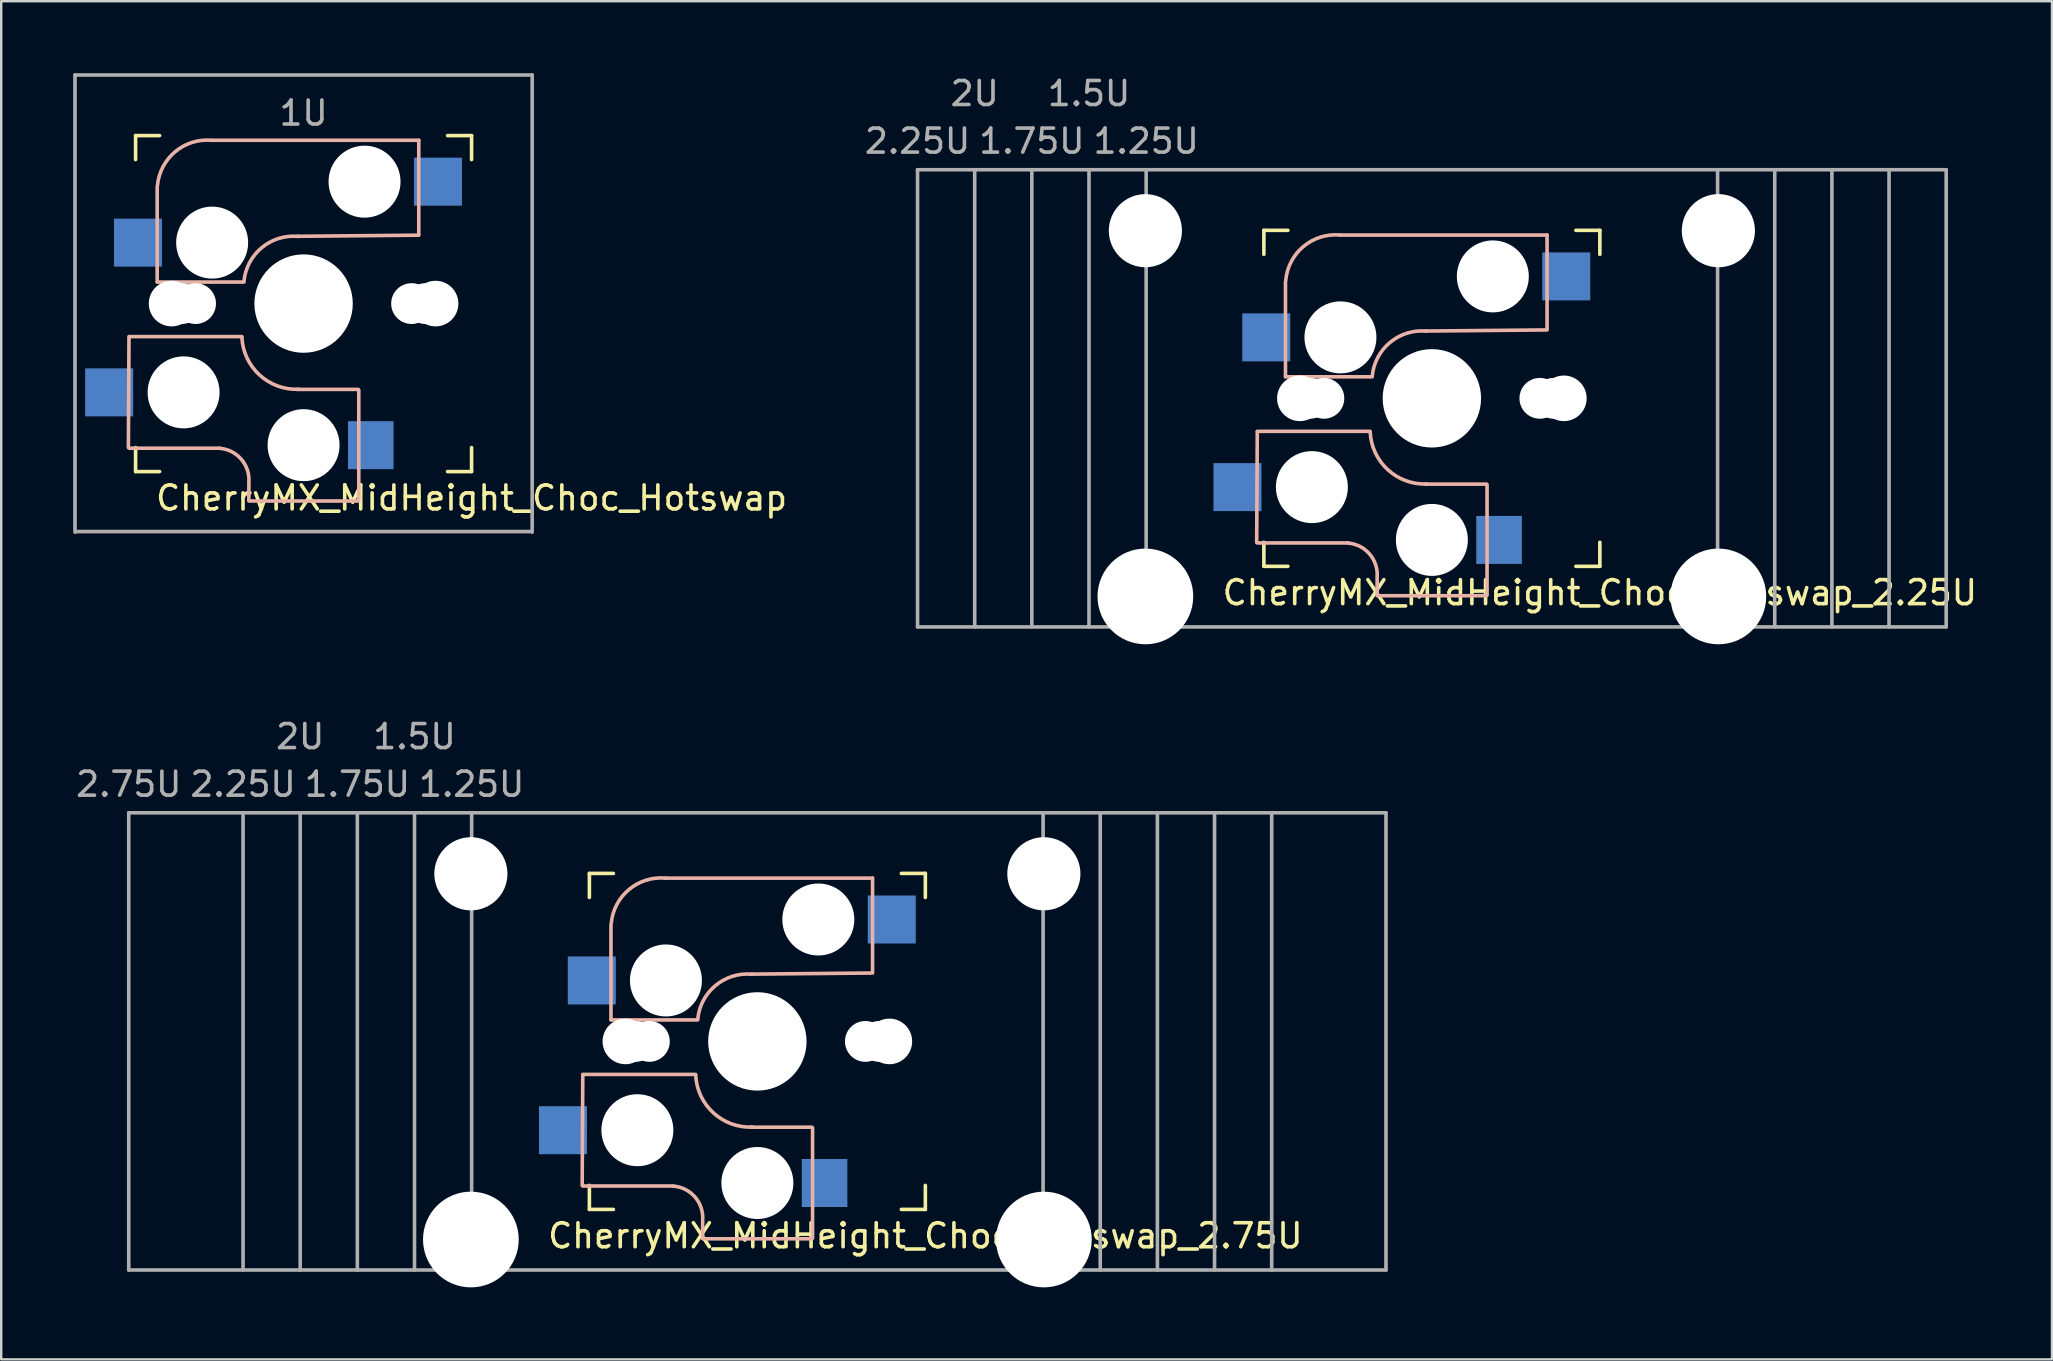
<source format=kicad_pcb>
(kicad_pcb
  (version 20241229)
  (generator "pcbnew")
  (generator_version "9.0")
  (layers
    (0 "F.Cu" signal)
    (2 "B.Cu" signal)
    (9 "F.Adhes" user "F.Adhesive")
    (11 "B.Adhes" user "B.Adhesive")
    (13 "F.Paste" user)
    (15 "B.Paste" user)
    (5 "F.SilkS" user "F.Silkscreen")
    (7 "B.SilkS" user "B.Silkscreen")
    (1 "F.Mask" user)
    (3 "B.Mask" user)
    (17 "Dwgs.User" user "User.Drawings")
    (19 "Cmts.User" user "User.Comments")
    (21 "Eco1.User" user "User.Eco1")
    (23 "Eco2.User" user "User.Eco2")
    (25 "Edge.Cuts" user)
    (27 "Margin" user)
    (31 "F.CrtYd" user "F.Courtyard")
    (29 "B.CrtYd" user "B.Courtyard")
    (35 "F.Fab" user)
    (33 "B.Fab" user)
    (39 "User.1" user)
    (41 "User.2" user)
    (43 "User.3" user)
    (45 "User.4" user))
  (footprint "CherryMX_MidHeight_Choc_Hotswap_2.25U"
    (layer "F.Cu")
    (at 56.615 13.548)
    (property "Reference" "CherryMX_MidHeight_Choc_Hotswap_2.25U" (at 7 8.1 0) (layer "F.SilkS") (effects (font (size 1 1) (thickness 0.15))))
    (attr through_hole)
    (fp_line (start -7 -7) (end -7 -6) (stroke (width 0.15) (type solid)) (layer "F.SilkS"))
    (fp_line (start -7 6) (end -7 7) (stroke (width 0.15) (type solid)) (layer "F.SilkS"))
    (fp_line (start -7 7) (end -6 7) (stroke (width 0.15) (type solid)) (layer "F.SilkS"))
    (fp_line (start -6 -7) (end -7 -7) (stroke (width 0.15) (type solid)) (layer "F.SilkS"))
    (fp_line (start 6 -7) (end 7 -7) (stroke (width 0.15) (type solid)) (layer "F.SilkS"))
    (fp_line (start 6 7) (end 7 7) (stroke (width 0.15) (type solid)) (layer "F.SilkS"))
    (fp_line (start 7 -7) (end 7 -6) (stroke (width 0.15) (type solid)) (layer "F.SilkS"))
    (fp_line (start 7 7) (end 7 6) (stroke (width 0.15) (type solid)) (layer "F.SilkS"))
    (fp_line (start -7.275 1.4) (end -7.3 6) (stroke (width 0.15) (type solid)) (layer "B.SilkS"))
    (fp_line (start -6.1 -4.85) (end -6.1 -0.905) (stroke (width 0.15) (type solid)) (layer "B.SilkS"))
    (fp_line (start -6.1 -0.896) (end -2.49 -0.896) (stroke (width 0.15) (type solid)) (layer "B.SilkS"))
    (fp_line (start -3.5 6.025) (end -7.275 6.025) (stroke (width 0.15) (type solid)) (layer "B.SilkS"))
    (fp_line (start -2.575 1.375) (end -7.275 1.375) (stroke (width 0.15) (type solid)) (layer "B.SilkS"))
    (fp_line (start -2.28 7.5) (end -2.28 8.2) (stroke (width 0.15) (type solid)) (layer "B.SilkS"))
    (fp_line (start 2.275 3.575) (end -0.275 3.575) (stroke (width 0.15) (type solid)) (layer "B.SilkS"))
    (fp_line (start 2.275 8.225) (end -2.275 8.225) (stroke (width 0.15) (type solid)) (layer "B.SilkS"))
    (fp_line (start 2.3 3.6) (end 2.3 8.2) (stroke (width 0.15) (type solid)) (layer "B.SilkS"))
    (fp_line (start 4.8 -6.804) (end -3.825 -6.804) (stroke (width 0.15) (type solid)) (layer "B.SilkS"))
    (fp_line (start 4.8 -2.896) (end 4.8 -6.804) (stroke (width 0.15) (type solid)) (layer "B.SilkS"))
    (fp_line (start 4.8 -2.85) (end -0.25 -2.804) (stroke (width 0.15) (type solid)) (layer "B.SilkS"))
    (fp_arc (start -6.089 -4.92) (mid -5.347189 -6.33089) (end -3.825 -6.804) (stroke (width 0.15) (type solid)) (layer "B.SilkS"))
    (fp_arc (start -3.5 6.03) (mid -2.595908 6.48733) (end -2.28 7.45) (stroke (width 0.15) (type solid)) (layer "B.SilkS"))
    (fp_arc (start -2.485 -0.92) (mid -1.744361 -2.328061) (end -0.225 -2.8) (stroke (width 0.15) (type solid)) (layer "B.SilkS"))
    (fp_arc (start -0.2 3.57) (mid -1.834422 2.975843) (end -2.57 1.4) (stroke (width 0.15) (type solid)) (layer "B.SilkS"))
    (fp_line (start -21.431 -9.525) (end -21.431 9.525) (stroke (width 0.15) (type solid)) (layer "F.Fab"))
    (fp_line (start -21.431 -9.525) (end 21.431 -9.525) (stroke (width 0.15) (type solid)) (layer "F.Fab"))
    (fp_line (start -21.431 9.525) (end 21.431 9.525) (stroke (width 0.15) (type solid)) (layer "F.Fab"))
    (fp_line (start -19.05 -9.525) (end -19.05 9.525) (stroke (width 0.15) (type solid)) (layer "F.Fab"))
    (fp_line (start -16.669 -9.525) (end -16.669 9.525) (stroke (width 0.15) (type solid)) (layer "F.Fab"))
    (fp_line (start -14.287 -9.525) (end -14.287 9.525) (stroke (width 0.15) (type solid)) (layer "F.Fab"))
    (fp_line (start -11.906 -9.525) (end -11.906 9.525) (stroke (width 0.15) (type solid)) (layer "F.Fab"))
    (fp_line (start 11.906 -9.525) (end 11.906 9.525) (stroke (width 0.15) (type solid)) (layer "F.Fab"))
    (fp_line (start 14.287 -9.525) (end 14.287 9.525) (stroke (width 0.15) (type solid)) (layer "F.Fab"))
    (fp_line (start 16.669 -9.525) (end 16.669 9.525) (stroke (width 0.15) (type solid)) (layer "F.Fab"))
    (fp_line (start 19.05 -9.525) (end 19.05 9.525) (stroke (width 0.15) (type solid)) (layer "F.Fab"))
    (fp_line (start 21.431 -9.525) (end 21.431 9.525) (stroke (width 0.15) (type solid)) (layer "F.Fab"))
    (fp_text user "1.75U" (at -16.669 -10.716 0) (layer "F.Fab") (effects (font (size 1 1) (thickness 0.15))))
    (fp_text user "1.5U" (at -14.287 -12.7 0) (layer "F.Fab") (effects (font (size 1 1) (thickness 0.15))))
    (fp_text user "2.25U" (at -21.431 -10.716 0) (layer "F.Fab") (effects (font (size 1 1) (thickness 0.15))))
    (fp_text user "1.25U" (at -11.906 -10.716 0) (layer "F.Fab") (effects (font (size 1 1) (thickness 0.15))))
    (fp_text user "2U" (at -19.05 -12.7 0) (layer "F.Fab") (effects (font (size 1 1) (thickness 0.15))))
    (pad "" np_thru_hole circle (at -11.938 -6.985) (size 3.048 3.048) (drill 3.048) (layers "*.Cu" "*.Mask"))
    (pad "" np_thru_hole circle (at -11.938 8.255) (size 3.988 3.988) (drill 3.988) (layers "*.Cu" "*.Mask"))
    (pad "" np_thru_hole circle (at -5.5 0 90) (size 1.9 1.9) (drill 1.9) (layers "*.Cu" "*.Mask"))
    (pad "" np_thru_hole circle (at -5.08 0) (size 1.7 1.7) (drill 1.7) (layers "*.Cu" "*.Mask"))
    (pad "" np_thru_hole circle (at -5 3.7 90) (size 3 3) (drill 3) (layers "*.Cu" "*.Mask"))
    (pad "" np_thru_hole circle (at -4.5 0) (size 1.7 1.7) (drill 1.7) (layers "*.Cu" "*.Mask"))
    (pad "" np_thru_hole circle (at -3.81 -2.54 180) (size 3 3) (drill 3) (layers "*.Cu" "*.Mask"))
    (pad "" np_thru_hole circle (at 0 0 90) (size 4.1 4.1) (drill 4.1) (layers "*.Cu" "*.Mask"))
    (pad "" np_thru_hole circle (at 0 5.9 90) (size 3 3) (drill 3) (layers "*.Cu" "*.Mask"))
    (pad "" np_thru_hole circle (at 2.54 -5.08 180) (size 3 3) (drill 3) (layers "*.Cu" "*.Mask"))
    (pad "" np_thru_hole circle (at 4.5 0) (size 1.7 1.7) (drill 1.7) (layers "*.Cu" "*.Mask"))
    (pad "" np_thru_hole circle (at 5.08 0) (size 1.7 1.7) (drill 1.7) (layers "*.Cu" "*.Mask"))
    (pad "" np_thru_hole circle (at 5.5 0 90) (size 1.9 1.9) (drill 1.9) (layers "*.Cu" "*.Mask"))
    (pad "" np_thru_hole circle (at 11.938 -6.985) (size 3.048 3.048) (drill 3.048) (layers "*.Cu" "*.Mask"))
    (pad "" np_thru_hole circle (at 11.938 8.255) (size 3.988 3.988) (drill 3.988) (layers "*.Cu" "*.Mask"))
    (pad "1" smd rect (at -8.1 3.7 180) (size 2 2) (layers "B.Cu" "B.Mask" "B.Paste"))
    (pad "1" smd rect (at -6.9 -2.54 180) (size 2 2) (layers "B.Cu" "B.Mask" "B.Paste"))
    (pad "2" smd rect (at 2.8 5.9 180) (size 1.9 2) (layers "B.Cu" "B.Mask" "B.Paste"))
    (pad "2" smd rect (at 5.6 -5.08 180) (size 2 2) (layers "B.Cu" "B.Mask" "B.Paste")))
  (footprint "CherryMX_MidHeight_Choc_Hotswap_2.75U"
    (layer "F.Cu")
    (at 28.509 40.345)
    (property "Reference" "CherryMX_MidHeight_Choc_Hotswap_2.75U" (at 7 8.1 0) (layer "F.SilkS") (effects (font (size 1 1) (thickness 0.15))))
    (attr through_hole)
    (fp_line (start -7 -7) (end -7 -6) (stroke (width 0.15) (type solid)) (layer "F.SilkS"))
    (fp_line (start -7 6) (end -7 7) (stroke (width 0.15) (type solid)) (layer "F.SilkS"))
    (fp_line (start -7 7) (end -6 7) (stroke (width 0.15) (type solid)) (layer "F.SilkS"))
    (fp_line (start -6 -7) (end -7 -7) (stroke (width 0.15) (type solid)) (layer "F.SilkS"))
    (fp_line (start 6 -7) (end 7 -7) (stroke (width 0.15) (type solid)) (layer "F.SilkS"))
    (fp_line (start 6 7) (end 7 7) (stroke (width 0.15) (type solid)) (layer "F.SilkS"))
    (fp_line (start 7 -7) (end 7 -6) (stroke (width 0.15) (type solid)) (layer "F.SilkS"))
    (fp_line (start 7 7) (end 7 6) (stroke (width 0.15) (type solid)) (layer "F.SilkS"))
    (fp_line (start -7.275 1.4) (end -7.3 6) (stroke (width 0.15) (type solid)) (layer "B.SilkS"))
    (fp_line (start -6.1 -4.85) (end -6.1 -0.905) (stroke (width 0.15) (type solid)) (layer "B.SilkS"))
    (fp_line (start -6.1 -0.896) (end -2.49 -0.896) (stroke (width 0.15) (type solid)) (layer "B.SilkS"))
    (fp_line (start -3.5 6.025) (end -7.275 6.025) (stroke (width 0.15) (type solid)) (layer "B.SilkS"))
    (fp_line (start -2.575 1.375) (end -7.275 1.375) (stroke (width 0.15) (type solid)) (layer "B.SilkS"))
    (fp_line (start -2.28 7.5) (end -2.28 8.2) (stroke (width 0.15) (type solid)) (layer "B.SilkS"))
    (fp_line (start 2.275 3.575) (end -0.275 3.575) (stroke (width 0.15) (type solid)) (layer "B.SilkS"))
    (fp_line (start 2.275 8.225) (end -2.275 8.225) (stroke (width 0.15) (type solid)) (layer "B.SilkS"))
    (fp_line (start 2.3 3.6) (end 2.3 8.2) (stroke (width 0.15) (type solid)) (layer "B.SilkS"))
    (fp_line (start 4.8 -6.804) (end -3.825 -6.804) (stroke (width 0.15) (type solid)) (layer "B.SilkS"))
    (fp_line (start 4.8 -2.896) (end 4.8 -6.804) (stroke (width 0.15) (type solid)) (layer "B.SilkS"))
    (fp_line (start 4.8 -2.85) (end -0.25 -2.804) (stroke (width 0.15) (type solid)) (layer "B.SilkS"))
    (fp_arc (start -6.089 -4.92) (mid -5.347189 -6.33089) (end -3.825 -6.804) (stroke (width 0.15) (type solid)) (layer "B.SilkS"))
    (fp_arc (start -3.5 6.03) (mid -2.595908 6.48733) (end -2.28 7.45) (stroke (width 0.15) (type solid)) (layer "B.SilkS"))
    (fp_arc (start -2.485 -0.92) (mid -1.744361 -2.328061) (end -0.225 -2.8) (stroke (width 0.15) (type solid)) (layer "B.SilkS"))
    (fp_arc (start -0.2 3.57) (mid -1.834422 2.975843) (end -2.57 1.4) (stroke (width 0.15) (type solid)) (layer "B.SilkS"))
    (fp_line (start -26.194 -9.525) (end 26.194 -9.525) (stroke (width 0.15) (type solid)) (layer "F.Fab"))
    (fp_line (start -26.194 9.525) (end -26.194 -9.525) (stroke (width 0.15) (type solid)) (layer "F.Fab"))
    (fp_line (start -26.194 9.525) (end 26.194 9.525) (stroke (width 0.15) (type solid)) (layer "F.Fab"))
    (fp_line (start -21.431 -9.525) (end -21.431 9.525) (stroke (width 0.15) (type solid)) (layer "F.Fab"))
    (fp_line (start -19.05 -9.525) (end -19.05 9.525) (stroke (width 0.15) (type solid)) (layer "F.Fab"))
    (fp_line (start -16.669 -9.525) (end -16.669 9.525) (stroke (width 0.15) (type solid)) (layer "F.Fab"))
    (fp_line (start -14.287 -9.525) (end -14.287 9.525) (stroke (width 0.15) (type solid)) (layer "F.Fab"))
    (fp_line (start -11.906 -9.525) (end -11.906 9.525) (stroke (width 0.15) (type solid)) (layer "F.Fab"))
    (fp_line (start 11.906 -9.525) (end 11.906 9.525) (stroke (width 0.15) (type solid)) (layer "F.Fab"))
    (fp_line (start 14.287 -9.525) (end 14.287 9.525) (stroke (width 0.15) (type solid)) (layer "F.Fab"))
    (fp_line (start 16.669 -9.525) (end 16.669 9.525) (stroke (width 0.15) (type solid)) (layer "F.Fab"))
    (fp_line (start 19.05 -9.525) (end 19.05 9.525) (stroke (width 0.15) (type solid)) (layer "F.Fab"))
    (fp_line (start 21.431 -9.525) (end 21.431 9.525) (stroke (width 0.15) (type solid)) (layer "F.Fab"))
    (fp_line (start 26.194 -9.525) (end 26.194 9.525) (stroke (width 0.15) (type solid)) (layer "F.Fab"))
    (fp_text user "1.5U" (at -14.287 -12.7 0) (layer "F.Fab") (effects (font (size 1 1) (thickness 0.15))))
    (fp_text user "1.25U" (at -11.906 -10.716 0) (layer "F.Fab") (effects (font (size 1 1) (thickness 0.15))))
    (fp_text user "2U" (at -19.05 -12.7 0) (layer "F.Fab") (effects (font (size 1 1) (thickness 0.15))))
    (fp_text user "1.75U" (at -16.669 -10.716 0) (layer "F.Fab") (effects (font (size 1 1) (thickness 0.15))))
    (fp_text user "2.25U" (at -21.431 -10.716 0) (layer "F.Fab") (effects (font (size 1 1) (thickness 0.15))))
    (fp_text user "2.75U" (at -26.194 -10.716 0) (layer "F.Fab") (effects (font (size 1 1) (thickness 0.15))))
    (pad "" np_thru_hole circle (at -11.938 -6.985) (size 3.048 3.048) (drill 3.048) (layers "*.Cu" "*.Mask"))
    (pad "" np_thru_hole circle (at -11.938 8.255) (size 3.988 3.988) (drill 3.988) (layers "*.Cu" "*.Mask"))
    (pad "" np_thru_hole circle (at -5.5 0 90) (size 1.9 1.9) (drill 1.9) (layers "*.Cu" "*.Mask"))
    (pad "" np_thru_hole circle (at -5.08 0) (size 1.7 1.7) (drill 1.7) (layers "*.Cu" "*.Mask"))
    (pad "" np_thru_hole circle (at -5 3.7 90) (size 3 3) (drill 3) (layers "*.Cu" "*.Mask"))
    (pad "" np_thru_hole circle (at -4.5 0) (size 1.7 1.7) (drill 1.7) (layers "*.Cu" "*.Mask"))
    (pad "" np_thru_hole circle (at -3.81 -2.54 180) (size 3 3) (drill 3) (layers "*.Cu" "*.Mask"))
    (pad "" np_thru_hole circle (at 0 0 90) (size 4.1 4.1) (drill 4.1) (layers "*.Cu" "*.Mask"))
    (pad "" np_thru_hole circle (at 0 5.9 90) (size 3 3) (drill 3) (layers "*.Cu" "*.Mask"))
    (pad "" np_thru_hole circle (at 2.54 -5.08 180) (size 3 3) (drill 3) (layers "*.Cu" "*.Mask"))
    (pad "" np_thru_hole circle (at 4.5 0) (size 1.7 1.7) (drill 1.7) (layers "*.Cu" "*.Mask"))
    (pad "" np_thru_hole circle (at 5.08 0) (size 1.7 1.7) (drill 1.7) (layers "*.Cu" "*.Mask"))
    (pad "" np_thru_hole circle (at 5.5 0 90) (size 1.9 1.9) (drill 1.9) (layers "*.Cu" "*.Mask"))
    (pad "" np_thru_hole circle (at 11.938 -6.985) (size 3.048 3.048) (drill 3.048) (layers "*.Cu" "*.Mask"))
    (pad "" np_thru_hole circle (at 11.938 8.255) (size 3.988 3.988) (drill 3.988) (layers "*.Cu" "*.Mask"))
    (pad "1" smd rect (at -8.1 3.7 180) (size 2 2) (layers "B.Cu" "B.Mask" "B.Paste"))
    (pad "1" smd rect (at -6.9 -2.54 180) (size 2 2) (layers "B.Cu" "B.Mask" "B.Paste"))
    (pad "2" smd rect (at 2.8 5.9 180) (size 1.9 2) (layers "B.Cu" "B.Mask" "B.Paste"))
    (pad "2" smd rect (at 5.6 -5.08 180) (size 2 2) (layers "B.Cu" "B.Mask" "B.Paste")))
  (footprint "CherryMX_MidHeight_Choc_Hotswap"
    (layer "F.Cu")
    (at 9.6 9.6)
    (property "Reference" "CherryMX_MidHeight_Choc_Hotswap" (at 7 8.1 0) (layer "F.SilkS") (effects (font (size 1 1) (thickness 0.15))))
    (attr through_hole)
    (fp_line (start -7 -7) (end -7 -6) (stroke (width 0.15) (type solid)) (layer "F.SilkS"))
    (fp_line (start -7 -7) (end -6 -7) (stroke (width 0.15) (type solid)) (layer "F.SilkS"))
    (fp_line (start -7 6) (end -7 7) (stroke (width 0.15) (type solid)) (layer "F.SilkS"))
    (fp_line (start -7 7) (end -6 7) (stroke (width 0.15) (type solid)) (layer "F.SilkS"))
    (fp_line (start 6 -7) (end 7 -7) (stroke (width 0.15) (type solid)) (layer "F.SilkS"))
    (fp_line (start 6 7) (end 7 7) (stroke (width 0.15) (type solid)) (layer "F.SilkS"))
    (fp_line (start 7 -7) (end 7 -6) (stroke (width 0.15) (type solid)) (layer "F.SilkS"))
    (fp_line (start 7 7) (end 7 6) (stroke (width 0.15) (type solid)) (layer "F.SilkS"))
    (fp_line (start -7.275 1.4) (end -7.3 6) (stroke (width 0.15) (type solid)) (layer "B.SilkS"))
    (fp_line (start -6.1 -4.85) (end -6.1 -0.905) (stroke (width 0.15) (type solid)) (layer "B.SilkS"))
    (fp_line (start -6.1 -0.896) (end -2.49 -0.896) (stroke (width 0.15) (type solid)) (layer "B.SilkS"))
    (fp_line (start -3.5 6.025) (end -7.275 6.025) (stroke (width 0.15) (type solid)) (layer "B.SilkS"))
    (fp_line (start -2.575 1.375) (end -7.275 1.375) (stroke (width 0.15) (type solid)) (layer "B.SilkS"))
    (fp_line (start -2.28 7.5) (end -2.28 8.2) (stroke (width 0.15) (type solid)) (layer "B.SilkS"))
    (fp_line (start 2.275 3.575) (end -0.275 3.575) (stroke (width 0.15) (type solid)) (layer "B.SilkS"))
    (fp_line (start 2.275 8.225) (end -2.275 8.225) (stroke (width 0.15) (type solid)) (layer "B.SilkS"))
    (fp_line (start 2.3 3.6) (end 2.3 8.2) (stroke (width 0.15) (type solid)) (layer "B.SilkS"))
    (fp_line (start 4.8 -6.804) (end -3.825 -6.804) (stroke (width 0.15) (type solid)) (layer "B.SilkS"))
    (fp_line (start 4.8 -2.896) (end 4.8 -6.804) (stroke (width 0.15) (type solid)) (layer "B.SilkS"))
    (fp_line (start 4.8 -2.85) (end -0.25 -2.804) (stroke (width 0.15) (type solid)) (layer "B.SilkS"))
    (fp_arc (start -6.089 -4.92) (mid -5.347189 -6.33089) (end -3.825 -6.804) (stroke (width 0.15) (type solid)) (layer "B.SilkS"))
    (fp_arc (start -3.5 6.03) (mid -2.595908 6.48733) (end -2.28 7.45) (stroke (width 0.15) (type solid)) (layer "B.SilkS"))
    (fp_arc (start -2.485 -0.92) (mid -1.744361 -2.328061) (end -0.225 -2.8) (stroke (width 0.15) (type solid)) (layer "B.SilkS"))
    (fp_arc (start -0.2 3.57) (mid -1.834422 2.975843) (end -2.57 1.4) (stroke (width 0.15) (type solid)) (layer "B.SilkS"))
    (fp_line (start -9.525 -9.525) (end 9.525 -9.525) (stroke (width 0.15) (type solid)) (layer "F.Fab"))
    (fp_line (start -9.525 9.525) (end -9.525 -9.525) (stroke (width 0.15) (type solid)) (layer "F.Fab"))
    (fp_line (start 9.5 9.5) (end -9.5 9.5) (stroke (width 0.15) (type solid)) (layer "F.Fab"))
    (fp_line (start 9.525 -9.525) (end 9.525 9.525) (stroke (width 0.15) (type solid)) (layer "F.Fab"))
    (fp_text user "1U" (at 0 -7.938 0) (layer "F.Fab") (effects (font (size 1 1) (thickness 0.15))))
    (pad "" np_thru_hole circle (at -5.5 0 90) (size 1.9 1.9) (drill 1.9) (layers "*.Cu" "*.Mask"))
    (pad "" np_thru_hole circle (at -5.08 0) (size 1.7 1.7) (drill 1.7) (layers "*.Cu" "*.Mask"))
    (pad "" np_thru_hole circle (at -5 3.7 90) (size 3 3) (drill 3) (layers "*.Cu" "*.Mask"))
    (pad "" np_thru_hole circle (at -4.5 0) (size 1.7 1.7) (drill 1.7) (layers "*.Cu" "*.Mask"))
    (pad "" np_thru_hole circle (at -3.81 -2.54 180) (size 3 3) (drill 3) (layers "*.Cu" "*.Mask"))
    (pad "" np_thru_hole circle (at 0 0 90) (size 4.1 4.1) (drill 4.1) (layers "*.Cu" "*.Mask"))
    (pad "" np_thru_hole circle (at 0 5.9 90) (size 3 3) (drill 3) (layers "*.Cu" "*.Mask"))
    (pad "" np_thru_hole circle (at 2.54 -5.08 180) (size 3 3) (drill 3) (layers "*.Cu" "*.Mask"))
    (pad "" np_thru_hole circle (at 4.5 0) (size 1.7 1.7) (drill 1.7) (layers "*.Cu" "*.Mask"))
    (pad "" np_thru_hole circle (at 5.08 0) (size 1.7 1.7) (drill 1.7) (layers "*.Cu" "*.Mask"))
    (pad "" np_thru_hole circle (at 5.5 0 90) (size 1.9 1.9) (drill 1.9) (layers "*.Cu" "*.Mask"))
    (pad "1" smd rect (at -8.1 3.7 180) (size 2 2) (layers "B.Cu" "B.Mask" "B.Paste"))
    (pad "1" smd rect (at -6.9 -2.54 180) (size 2 2) (layers "B.Cu" "B.Mask" "B.Paste"))
    (pad "2" smd rect (at 2.8 5.9 180) (size 1.9 2) (layers "B.Cu" "B.Mask" "B.Paste"))
    (pad "2" smd rect (at 5.6 -5.08 180) (size 2 2) (layers "B.Cu" "B.Mask" "B.Paste")))
  (gr_rect
    (start -3 -3)
    (end 82.454 53.594)
    (stroke (width 0.1) (type default))
    (fill no)
    (layer "Edge.Cuts")))
</source>
